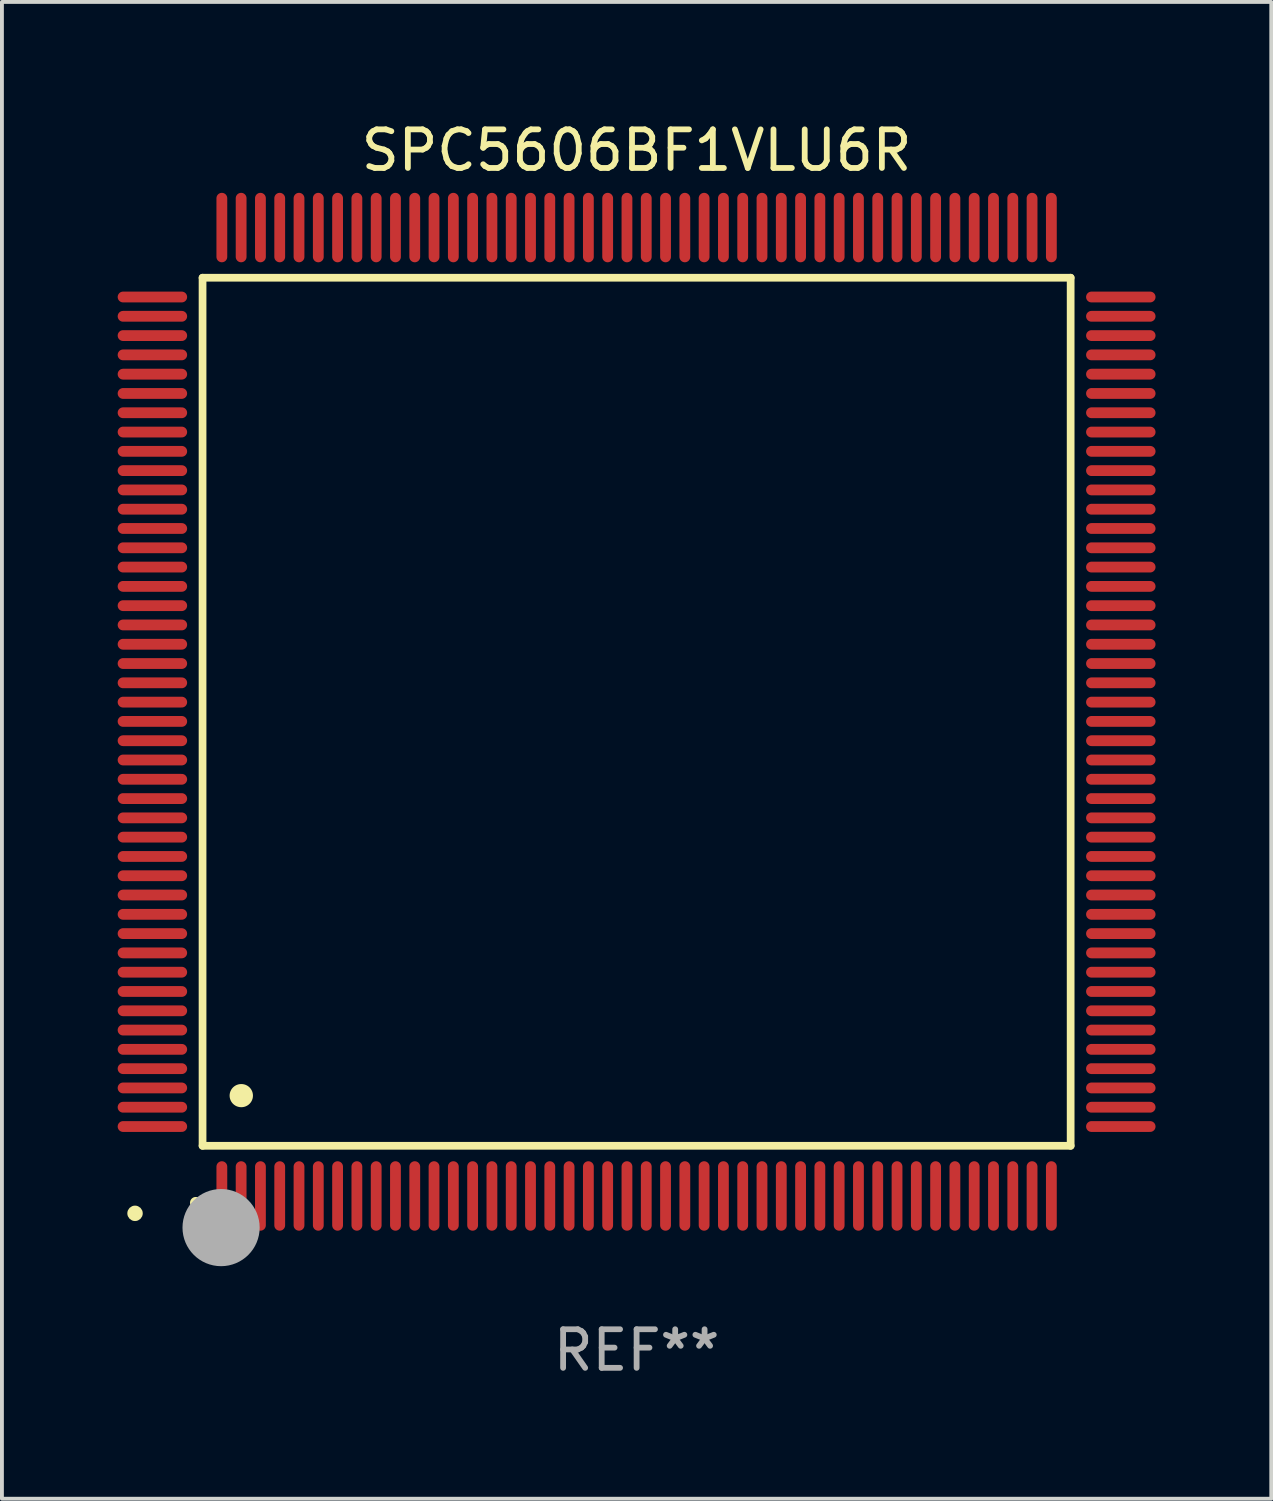
<source format=kicad_pcb>
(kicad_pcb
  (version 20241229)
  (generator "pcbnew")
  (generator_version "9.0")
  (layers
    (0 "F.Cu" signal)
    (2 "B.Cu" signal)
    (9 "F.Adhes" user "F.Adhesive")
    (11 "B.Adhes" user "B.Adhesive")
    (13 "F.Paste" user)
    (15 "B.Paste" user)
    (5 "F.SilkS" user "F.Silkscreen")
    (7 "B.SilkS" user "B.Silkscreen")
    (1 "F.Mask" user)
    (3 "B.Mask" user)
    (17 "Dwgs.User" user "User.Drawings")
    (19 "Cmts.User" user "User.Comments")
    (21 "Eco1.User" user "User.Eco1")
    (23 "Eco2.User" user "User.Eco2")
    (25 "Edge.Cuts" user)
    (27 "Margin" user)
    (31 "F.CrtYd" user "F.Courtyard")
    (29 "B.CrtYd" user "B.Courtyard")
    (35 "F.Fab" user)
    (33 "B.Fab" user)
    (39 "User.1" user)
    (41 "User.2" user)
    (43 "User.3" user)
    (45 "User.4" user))
  (footprint "SPC5606BF1VLU6R"
    (layer "F.Cu")
    (at 13.45 15.398)
    (property "Reference" "SPC5606BF1VLU6R" (at 0 -14.55 0) (layer "F.SilkS") (effects (font (size 1 1) (thickness 0.15))))
    (attr through_hole)
    (fp_line (start -11.25 -11.25) (end 11.25 -11.25) (stroke (width 0.2) (type solid)) (layer "F.SilkS"))
    (fp_line (start -11.25 11.25) (end -11.25 -11.25) (stroke (width 0.2) (type solid)) (layer "F.SilkS"))
    (fp_line (start 11.25 -11.25) (end 11.25 11.25) (stroke (width 0.2) (type solid)) (layer "F.SilkS"))
    (fp_line (start 11.25 11.25) (end -11.25 11.25) (stroke (width 0.2) (type solid)) (layer "F.SilkS"))
    (fp_arc (start -11.424943 12.725425) (mid -11.423673 12.72542) (end -11.422403 12.725425) (stroke (width 0.3) (type solid)) (layer "F.SilkS"))
    (fp_arc (start -10.24892 9.9492) (mid -10.24638 9.949189) (end -10.24384 9.9492) (stroke (width 0.6) (type solid)) (layer "F.SilkS"))
    (fp_circle (center -13 13) (end -12.9 13) (stroke (width 0.2) (type solid)) (fill no) (layer "F.SilkS"))
    (fp_circle (center -10.77 13.37) (end -10.27 13.37) (stroke (width 1) (type solid)) (fill no) (layer "F.Fab"))
    (fp_text user "REF**" (at 0 16.55 0) (layer "F.Fab") (effects (font (size 1 1) (thickness 0.15))))
    (pad "1" smd oval (at -10.75 12.55) (size 0.28 1.8) (layers "F.Cu" "F.Mask" "F.Paste"))
    (pad "2" smd oval (at -10.25 12.55) (size 0.28 1.8) (layers "F.Cu" "F.Mask" "F.Paste"))
    (pad "3" smd oval (at -9.75 12.55) (size 0.28 1.8) (layers "F.Cu" "F.Mask" "F.Paste"))
    (pad "4" smd oval (at -9.25 12.55) (size 0.28 1.8) (layers "F.Cu" "F.Mask" "F.Paste"))
    (pad "5" smd oval (at -8.75 12.55) (size 0.28 1.8) (layers "F.Cu" "F.Mask" "F.Paste"))
    (pad "6" smd oval (at -8.25 12.55) (size 0.28 1.8) (layers "F.Cu" "F.Mask" "F.Paste"))
    (pad "7" smd oval (at -7.75 12.55) (size 0.28 1.8) (layers "F.Cu" "F.Mask" "F.Paste"))
    (pad "8" smd oval (at -7.25 12.55) (size 0.28 1.8) (layers "F.Cu" "F.Mask" "F.Paste"))
    (pad "9" smd oval (at -6.75 12.55) (size 0.28 1.8) (layers "F.Cu" "F.Mask" "F.Paste"))
    (pad "10" smd oval (at -6.25 12.55) (size 0.28 1.8) (layers "F.Cu" "F.Mask" "F.Paste"))
    (pad "11" smd oval (at -5.75 12.55) (size 0.28 1.8) (layers "F.Cu" "F.Mask" "F.Paste"))
    (pad "12" smd oval (at -5.25 12.55) (size 0.28 1.8) (layers "F.Cu" "F.Mask" "F.Paste"))
    (pad "13" smd oval (at -4.75 12.55) (size 0.28 1.8) (layers "F.Cu" "F.Mask" "F.Paste"))
    (pad "14" smd oval (at -4.25 12.55) (size 0.28 1.8) (layers "F.Cu" "F.Mask" "F.Paste"))
    (pad "15" smd oval (at -3.75 12.55) (size 0.28 1.8) (layers "F.Cu" "F.Mask" "F.Paste"))
    (pad "16" smd oval (at -3.25 12.55) (size 0.28 1.8) (layers "F.Cu" "F.Mask" "F.Paste"))
    (pad "17" smd oval (at -2.75 12.55) (size 0.28 1.8) (layers "F.Cu" "F.Mask" "F.Paste"))
    (pad "18" smd oval (at -2.25 12.55) (size 0.28 1.8) (layers "F.Cu" "F.Mask" "F.Paste"))
    (pad "19" smd oval (at -1.75 12.55) (size 0.28 1.8) (layers "F.Cu" "F.Mask" "F.Paste"))
    (pad "20" smd oval (at -1.25 12.55) (size 0.28 1.8) (layers "F.Cu" "F.Mask" "F.Paste"))
    (pad "21" smd oval (at -0.75 12.55) (size 0.28 1.8) (layers "F.Cu" "F.Mask" "F.Paste"))
    (pad "22" smd oval (at -0.25 12.55) (size 0.28 1.8) (layers "F.Cu" "F.Mask" "F.Paste"))
    (pad "23" smd oval (at 0.25 12.55) (size 0.28 1.8) (layers "F.Cu" "F.Mask" "F.Paste"))
    (pad "24" smd oval (at 0.75 12.55) (size 0.28 1.8) (layers "F.Cu" "F.Mask" "F.Paste"))
    (pad "25" smd oval (at 1.25 12.55) (size 0.28 1.8) (layers "F.Cu" "F.Mask" "F.Paste"))
    (pad "26" smd oval (at 1.75 12.55) (size 0.28 1.8) (layers "F.Cu" "F.Mask" "F.Paste"))
    (pad "27" smd oval (at 2.25 12.55) (size 0.28 1.8) (layers "F.Cu" "F.Mask" "F.Paste"))
    (pad "28" smd oval (at 2.75 12.55) (size 0.28 1.8) (layers "F.Cu" "F.Mask" "F.Paste"))
    (pad "29" smd oval (at 3.25 12.55) (size 0.28 1.8) (layers "F.Cu" "F.Mask" "F.Paste"))
    (pad "30" smd oval (at 3.75 12.55) (size 0.28 1.8) (layers "F.Cu" "F.Mask" "F.Paste"))
    (pad "31" smd oval (at 4.25 12.55) (size 0.28 1.8) (layers "F.Cu" "F.Mask" "F.Paste"))
    (pad "32" smd oval (at 4.75 12.55) (size 0.28 1.8) (layers "F.Cu" "F.Mask" "F.Paste"))
    (pad "33" smd oval (at 5.25 12.55) (size 0.28 1.8) (layers "F.Cu" "F.Mask" "F.Paste"))
    (pad "34" smd oval (at 5.75 12.55) (size 0.28 1.8) (layers "F.Cu" "F.Mask" "F.Paste"))
    (pad "35" smd oval (at 6.25 12.55) (size 0.28 1.8) (layers "F.Cu" "F.Mask" "F.Paste"))
    (pad "36" smd oval (at 6.75 12.55) (size 0.28 1.8) (layers "F.Cu" "F.Mask" "F.Paste"))
    (pad "37" smd oval (at 7.25 12.55) (size 0.28 1.8) (layers "F.Cu" "F.Mask" "F.Paste"))
    (pad "38" smd oval (at 7.75 12.55) (size 0.28 1.8) (layers "F.Cu" "F.Mask" "F.Paste"))
    (pad "39" smd oval (at 8.25 12.55) (size 0.28 1.8) (layers "F.Cu" "F.Mask" "F.Paste"))
    (pad "40" smd oval (at 8.75 12.55) (size 0.28 1.8) (layers "F.Cu" "F.Mask" "F.Paste"))
    (pad "41" smd oval (at 9.25 12.55) (size 0.28 1.8) (layers "F.Cu" "F.Mask" "F.Paste"))
    (pad "42" smd oval (at 9.75 12.55) (size 0.28 1.8) (layers "F.Cu" "F.Mask" "F.Paste"))
    (pad "43" smd oval (at 10.25 12.55) (size 0.28 1.8) (layers "F.Cu" "F.Mask" "F.Paste"))
    (pad "44" smd oval (at 10.75 12.55) (size 0.28 1.8) (layers "F.Cu" "F.Mask" "F.Paste"))
    (pad "45" smd oval (at 12.55 10.75) (size 1.8 0.28) (layers "F.Cu" "F.Mask" "F.Paste"))
    (pad "46" smd oval (at 12.55 10.25) (size 1.8 0.28) (layers "F.Cu" "F.Mask" "F.Paste"))
    (pad "47" smd oval (at 12.55 9.75) (size 1.8 0.28) (layers "F.Cu" "F.Mask" "F.Paste"))
    (pad "48" smd oval (at 12.55 9.25) (size 1.8 0.28) (layers "F.Cu" "F.Mask" "F.Paste"))
    (pad "49" smd oval (at 12.55 8.75) (size 1.8 0.28) (layers "F.Cu" "F.Mask" "F.Paste"))
    (pad "50" smd oval (at 12.55 8.25) (size 1.8 0.28) (layers "F.Cu" "F.Mask" "F.Paste"))
    (pad "51" smd oval (at 12.55 7.75) (size 1.8 0.28) (layers "F.Cu" "F.Mask" "F.Paste"))
    (pad "52" smd oval (at 12.55 7.25) (size 1.8 0.28) (layers "F.Cu" "F.Mask" "F.Paste"))
    (pad "53" smd oval (at 12.55 6.75) (size 1.8 0.28) (layers "F.Cu" "F.Mask" "F.Paste"))
    (pad "54" smd oval (at 12.55 6.25) (size 1.8 0.28) (layers "F.Cu" "F.Mask" "F.Paste"))
    (pad "55" smd oval (at 12.55 5.75) (size 1.8 0.28) (layers "F.Cu" "F.Mask" "F.Paste"))
    (pad "56" smd oval (at 12.55 5.25) (size 1.8 0.28) (layers "F.Cu" "F.Mask" "F.Paste"))
    (pad "57" smd oval (at 12.55 4.75) (size 1.8 0.28) (layers "F.Cu" "F.Mask" "F.Paste"))
    (pad "58" smd oval (at 12.55 4.25) (size 1.8 0.28) (layers "F.Cu" "F.Mask" "F.Paste"))
    (pad "59" smd oval (at 12.55 3.75) (size 1.8 0.28) (layers "F.Cu" "F.Mask" "F.Paste"))
    (pad "60" smd oval (at 12.55 3.25) (size 1.8 0.28) (layers "F.Cu" "F.Mask" "F.Paste"))
    (pad "61" smd oval (at 12.55 2.75) (size 1.8 0.28) (layers "F.Cu" "F.Mask" "F.Paste"))
    (pad "62" smd oval (at 12.55 2.25) (size 1.8 0.28) (layers "F.Cu" "F.Mask" "F.Paste"))
    (pad "63" smd oval (at 12.55 1.75) (size 1.8 0.28) (layers "F.Cu" "F.Mask" "F.Paste"))
    (pad "64" smd oval (at 12.55 1.25) (size 1.8 0.28) (layers "F.Cu" "F.Mask" "F.Paste"))
    (pad "65" smd oval (at 12.55 0.75) (size 1.8 0.28) (layers "F.Cu" "F.Mask" "F.Paste"))
    (pad "66" smd oval (at 12.55 0.25) (size 1.8 0.28) (layers "F.Cu" "F.Mask" "F.Paste"))
    (pad "67" smd oval (at 12.55 -0.25) (size 1.8 0.28) (layers "F.Cu" "F.Mask" "F.Paste"))
    (pad "68" smd oval (at 12.55 -0.75) (size 1.8 0.28) (layers "F.Cu" "F.Mask" "F.Paste"))
    (pad "69" smd oval (at 12.55 -1.25) (size 1.8 0.28) (layers "F.Cu" "F.Mask" "F.Paste"))
    (pad "70" smd oval (at 12.55 -1.75) (size 1.8 0.28) (layers "F.Cu" "F.Mask" "F.Paste"))
    (pad "71" smd oval (at 12.55 -2.25) (size 1.8 0.28) (layers "F.Cu" "F.Mask" "F.Paste"))
    (pad "72" smd oval (at 12.55 -2.75) (size 1.8 0.28) (layers "F.Cu" "F.Mask" "F.Paste"))
    (pad "73" smd oval (at 12.55 -3.25) (size 1.8 0.28) (layers "F.Cu" "F.Mask" "F.Paste"))
    (pad "74" smd oval (at 12.55 -3.75) (size 1.8 0.28) (layers "F.Cu" "F.Mask" "F.Paste"))
    (pad "75" smd oval (at 12.55 -4.25) (size 1.8 0.28) (layers "F.Cu" "F.Mask" "F.Paste"))
    (pad "76" smd oval (at 12.55 -4.75) (size 1.8 0.28) (layers "F.Cu" "F.Mask" "F.Paste"))
    (pad "77" smd oval (at 12.55 -5.25) (size 1.8 0.28) (layers "F.Cu" "F.Mask" "F.Paste"))
    (pad "78" smd oval (at 12.55 -5.75) (size 1.8 0.28) (layers "F.Cu" "F.Mask" "F.Paste"))
    (pad "79" smd oval (at 12.55 -6.25) (size 1.8 0.28) (layers "F.Cu" "F.Mask" "F.Paste"))
    (pad "80" smd oval (at 12.55 -6.75) (size 1.8 0.28) (layers "F.Cu" "F.Mask" "F.Paste"))
    (pad "81" smd oval (at 12.55 -7.25) (size 1.8 0.28) (layers "F.Cu" "F.Mask" "F.Paste"))
    (pad "82" smd oval (at 12.55 -7.75) (size 1.8 0.28) (layers "F.Cu" "F.Mask" "F.Paste"))
    (pad "83" smd oval (at 12.55 -8.25) (size 1.8 0.28) (layers "F.Cu" "F.Mask" "F.Paste"))
    (pad "84" smd oval (at 12.55 -8.75) (size 1.8 0.28) (layers "F.Cu" "F.Mask" "F.Paste"))
    (pad "85" smd oval (at 12.55 -9.25) (size 1.8 0.28) (layers "F.Cu" "F.Mask" "F.Paste"))
    (pad "86" smd oval (at 12.55 -9.75) (size 1.8 0.28) (layers "F.Cu" "F.Mask" "F.Paste"))
    (pad "87" smd oval (at 12.55 -10.25) (size 1.8 0.28) (layers "F.Cu" "F.Mask" "F.Paste"))
    (pad "88" smd oval (at 12.55 -10.75) (size 1.8 0.28) (layers "F.Cu" "F.Mask" "F.Paste"))
    (pad "89" smd oval (at 10.75 -12.55) (size 0.28 1.8) (layers "F.Cu" "F.Mask" "F.Paste"))
    (pad "90" smd oval (at 10.25 -12.55) (size 0.28 1.8) (layers "F.Cu" "F.Mask" "F.Paste"))
    (pad "91" smd oval (at 9.75 -12.55) (size 0.28 1.8) (layers "F.Cu" "F.Mask" "F.Paste"))
    (pad "92" smd oval (at 9.25 -12.55) (size 0.28 1.8) (layers "F.Cu" "F.Mask" "F.Paste"))
    (pad "93" smd oval (at 8.75 -12.55) (size 0.28 1.8) (layers "F.Cu" "F.Mask" "F.Paste"))
    (pad "94" smd oval (at 8.25 -12.55) (size 0.28 1.8) (layers "F.Cu" "F.Mask" "F.Paste"))
    (pad "95" smd oval (at 7.75 -12.55) (size 0.28 1.8) (layers "F.Cu" "F.Mask" "F.Paste"))
    (pad "96" smd oval (at 7.25 -12.55) (size 0.28 1.8) (layers "F.Cu" "F.Mask" "F.Paste"))
    (pad "97" smd oval (at 6.75 -12.55) (size 0.28 1.8) (layers "F.Cu" "F.Mask" "F.Paste"))
    (pad "98" smd oval (at 6.25 -12.55) (size 0.28 1.8) (layers "F.Cu" "F.Mask" "F.Paste"))
    (pad "99" smd oval (at 5.75 -12.55) (size 0.28 1.8) (layers "F.Cu" "F.Mask" "F.Paste"))
    (pad "100" smd oval (at 5.25 -12.55) (size 0.28 1.8) (layers "F.Cu" "F.Mask" "F.Paste"))
    (pad "101" smd oval (at 4.75 -12.55) (size 0.28 1.8) (layers "F.Cu" "F.Mask" "F.Paste"))
    (pad "102" smd oval (at 4.25 -12.55) (size 0.28 1.8) (layers "F.Cu" "F.Mask" "F.Paste"))
    (pad "103" smd oval (at 3.75 -12.55) (size 0.28 1.8) (layers "F.Cu" "F.Mask" "F.Paste"))
    (pad "104" smd oval (at 3.25 -12.55) (size 0.28 1.8) (layers "F.Cu" "F.Mask" "F.Paste"))
    (pad "105" smd oval (at 2.75 -12.55) (size 0.28 1.8) (layers "F.Cu" "F.Mask" "F.Paste"))
    (pad "106" smd oval (at 2.25 -12.55) (size 0.28 1.8) (layers "F.Cu" "F.Mask" "F.Paste"))
    (pad "107" smd oval (at 1.75 -12.55) (size 0.28 1.8) (layers "F.Cu" "F.Mask" "F.Paste"))
    (pad "108" smd oval (at 1.25 -12.55) (size 0.28 1.8) (layers "F.Cu" "F.Mask" "F.Paste"))
    (pad "109" smd oval (at 0.75 -12.55) (size 0.28 1.8) (layers "F.Cu" "F.Mask" "F.Paste"))
    (pad "110" smd oval (at 0.25 -12.55) (size 0.28 1.8) (layers "F.Cu" "F.Mask" "F.Paste"))
    (pad "111" smd oval (at -0.25 -12.55) (size 0.28 1.8) (layers "F.Cu" "F.Mask" "F.Paste"))
    (pad "112" smd oval (at -0.75 -12.55) (size 0.28 1.8) (layers "F.Cu" "F.Mask" "F.Paste"))
    (pad "113" smd oval (at -1.25 -12.55) (size 0.28 1.8) (layers "F.Cu" "F.Mask" "F.Paste"))
    (pad "114" smd oval (at -1.75 -12.55) (size 0.28 1.8) (layers "F.Cu" "F.Mask" "F.Paste"))
    (pad "115" smd oval (at -2.25 -12.55) (size 0.28 1.8) (layers "F.Cu" "F.Mask" "F.Paste"))
    (pad "116" smd oval (at -2.75 -12.55) (size 0.28 1.8) (layers "F.Cu" "F.Mask" "F.Paste"))
    (pad "117" smd oval (at -3.25 -12.55) (size 0.28 1.8) (layers "F.Cu" "F.Mask" "F.Paste"))
    (pad "118" smd oval (at -3.75 -12.55) (size 0.28 1.8) (layers "F.Cu" "F.Mask" "F.Paste"))
    (pad "119" smd oval (at -4.25 -12.55) (size 0.28 1.8) (layers "F.Cu" "F.Mask" "F.Paste"))
    (pad "120" smd oval (at -4.75 -12.55) (size 0.28 1.8) (layers "F.Cu" "F.Mask" "F.Paste"))
    (pad "121" smd oval (at -5.25 -12.55) (size 0.28 1.8) (layers "F.Cu" "F.Mask" "F.Paste"))
    (pad "122" smd oval (at -5.75 -12.55) (size 0.28 1.8) (layers "F.Cu" "F.Mask" "F.Paste"))
    (pad "123" smd oval (at -6.25 -12.55) (size 0.28 1.8) (layers "F.Cu" "F.Mask" "F.Paste"))
    (pad "124" smd oval (at -6.75 -12.55) (size 0.28 1.8) (layers "F.Cu" "F.Mask" "F.Paste"))
    (pad "125" smd oval (at -7.25 -12.55) (size 0.28 1.8) (layers "F.Cu" "F.Mask" "F.Paste"))
    (pad "126" smd oval (at -7.75 -12.55) (size 0.28 1.8) (layers "F.Cu" "F.Mask" "F.Paste"))
    (pad "127" smd oval (at -8.25 -12.55) (size 0.28 1.8) (layers "F.Cu" "F.Mask" "F.Paste"))
    (pad "128" smd oval (at -8.75 -12.55) (size 0.28 1.8) (layers "F.Cu" "F.Mask" "F.Paste"))
    (pad "129" smd oval (at -9.25 -12.55) (size 0.28 1.8) (layers "F.Cu" "F.Mask" "F.Paste"))
    (pad "130" smd oval (at -9.75 -12.55) (size 0.28 1.8) (layers "F.Cu" "F.Mask" "F.Paste"))
    (pad "131" smd oval (at -10.25 -12.55) (size 0.28 1.8) (layers "F.Cu" "F.Mask" "F.Paste"))
    (pad "132" smd oval (at -10.75 -12.55) (size 0.28 1.8) (layers "F.Cu" "F.Mask" "F.Paste"))
    (pad "133" smd oval (at -12.55 -10.75) (size 1.8 0.28) (layers "F.Cu" "F.Mask" "F.Paste"))
    (pad "134" smd oval (at -12.55 -10.25) (size 1.8 0.28) (layers "F.Cu" "F.Mask" "F.Paste"))
    (pad "135" smd oval (at -12.55 -9.75) (size 1.8 0.28) (layers "F.Cu" "F.Mask" "F.Paste"))
    (pad "136" smd oval (at -12.55 -9.25) (size 1.8 0.28) (layers "F.Cu" "F.Mask" "F.Paste"))
    (pad "137" smd oval (at -12.55 -8.75) (size 1.8 0.28) (layers "F.Cu" "F.Mask" "F.Paste"))
    (pad "138" smd oval (at -12.55 -8.25) (size 1.8 0.28) (layers "F.Cu" "F.Mask" "F.Paste"))
    (pad "139" smd oval (at -12.55 -7.75) (size 1.8 0.28) (layers "F.Cu" "F.Mask" "F.Paste"))
    (pad "140" smd oval (at -12.55 -7.25) (size 1.8 0.28) (layers "F.Cu" "F.Mask" "F.Paste"))
    (pad "141" smd oval (at -12.55 -6.75) (size 1.8 0.28) (layers "F.Cu" "F.Mask" "F.Paste"))
    (pad "142" smd oval (at -12.55 -6.25) (size 1.8 0.28) (layers "F.Cu" "F.Mask" "F.Paste"))
    (pad "143" smd oval (at -12.55 -5.75) (size 1.8 0.28) (layers "F.Cu" "F.Mask" "F.Paste"))
    (pad "144" smd oval (at -12.55 -5.25) (size 1.8 0.28) (layers "F.Cu" "F.Mask" "F.Paste"))
    (pad "145" smd oval (at -12.55 -4.75) (size 1.8 0.28) (layers "F.Cu" "F.Mask" "F.Paste"))
    (pad "146" smd oval (at -12.55 -4.25) (size 1.8 0.28) (layers "F.Cu" "F.Mask" "F.Paste"))
    (pad "147" smd oval (at -12.55 -3.75) (size 1.8 0.28) (layers "F.Cu" "F.Mask" "F.Paste"))
    (pad "148" smd oval (at -12.55 -3.25) (size 1.8 0.28) (layers "F.Cu" "F.Mask" "F.Paste"))
    (pad "149" smd oval (at -12.55 -2.75) (size 1.8 0.28) (layers "F.Cu" "F.Mask" "F.Paste"))
    (pad "150" smd oval (at -12.55 -2.25) (size 1.8 0.28) (layers "F.Cu" "F.Mask" "F.Paste"))
    (pad "151" smd oval (at -12.55 -1.75) (size 1.8 0.28) (layers "F.Cu" "F.Mask" "F.Paste"))
    (pad "152" smd oval (at -12.55 -1.25) (size 1.8 0.28) (layers "F.Cu" "F.Mask" "F.Paste"))
    (pad "153" smd oval (at -12.55 -0.75) (size 1.8 0.28) (layers "F.Cu" "F.Mask" "F.Paste"))
    (pad "154" smd oval (at -12.55 -0.25) (size 1.8 0.28) (layers "F.Cu" "F.Mask" "F.Paste"))
    (pad "155" smd oval (at -12.55 0.25) (size 1.8 0.28) (layers "F.Cu" "F.Mask" "F.Paste"))
    (pad "156" smd oval (at -12.55 0.75) (size 1.8 0.28) (layers "F.Cu" "F.Mask" "F.Paste"))
    (pad "157" smd oval (at -12.55 1.25) (size 1.8 0.28) (layers "F.Cu" "F.Mask" "F.Paste"))
    (pad "158" smd oval (at -12.55 1.75) (size 1.8 0.28) (layers "F.Cu" "F.Mask" "F.Paste"))
    (pad "159" smd oval (at -12.55 2.25) (size 1.8 0.28) (layers "F.Cu" "F.Mask" "F.Paste"))
    (pad "160" smd oval (at -12.55 2.75) (size 1.8 0.28) (layers "F.Cu" "F.Mask" "F.Paste"))
    (pad "161" smd oval (at -12.55 3.25) (size 1.8 0.28) (layers "F.Cu" "F.Mask" "F.Paste"))
    (pad "162" smd oval (at -12.55 3.75) (size 1.8 0.28) (layers "F.Cu" "F.Mask" "F.Paste"))
    (pad "163" smd oval (at -12.55 4.25) (size 1.8 0.28) (layers "F.Cu" "F.Mask" "F.Paste"))
    (pad "164" smd oval (at -12.55 4.75) (size 1.8 0.28) (layers "F.Cu" "F.Mask" "F.Paste"))
    (pad "165" smd oval (at -12.55 5.25) (size 1.8 0.28) (layers "F.Cu" "F.Mask" "F.Paste"))
    (pad "166" smd oval (at -12.55 5.75) (size 1.8 0.28) (layers "F.Cu" "F.Mask" "F.Paste"))
    (pad "167" smd oval (at -12.55 6.25) (size 1.8 0.28) (layers "F.Cu" "F.Mask" "F.Paste"))
    (pad "168" smd oval (at -12.55 6.75) (size 1.8 0.28) (layers "F.Cu" "F.Mask" "F.Paste"))
    (pad "169" smd oval (at -12.55 7.25) (size 1.8 0.28) (layers "F.Cu" "F.Mask" "F.Paste"))
    (pad "170" smd oval (at -12.55 7.75) (size 1.8 0.28) (layers "F.Cu" "F.Mask" "F.Paste"))
    (pad "171" smd oval (at -12.55 8.25) (size 1.8 0.28) (layers "F.Cu" "F.Mask" "F.Paste"))
    (pad "172" smd oval (at -12.55 8.75) (size 1.8 0.28) (layers "F.Cu" "F.Mask" "F.Paste"))
    (pad "173" smd oval (at -12.55 9.25) (size 1.8 0.28) (layers "F.Cu" "F.Mask" "F.Paste"))
    (pad "174" smd oval (at -12.55 9.75) (size 1.8 0.28) (layers "F.Cu" "F.Mask" "F.Paste"))
    (pad "175" smd oval (at -12.55 10.25) (size 1.8 0.28) (layers "F.Cu" "F.Mask" "F.Paste"))
    (pad "176" smd oval (at -12.55 10.75) (size 1.8 0.28) (layers "F.Cu" "F.Mask" "F.Paste")))
  (gr_rect
    (start -3 -3)
    (end 29.9 35.796)
    (stroke (width 0.1) (type default))
    (fill no)
    (layer "Edge.Cuts")))
</source>
